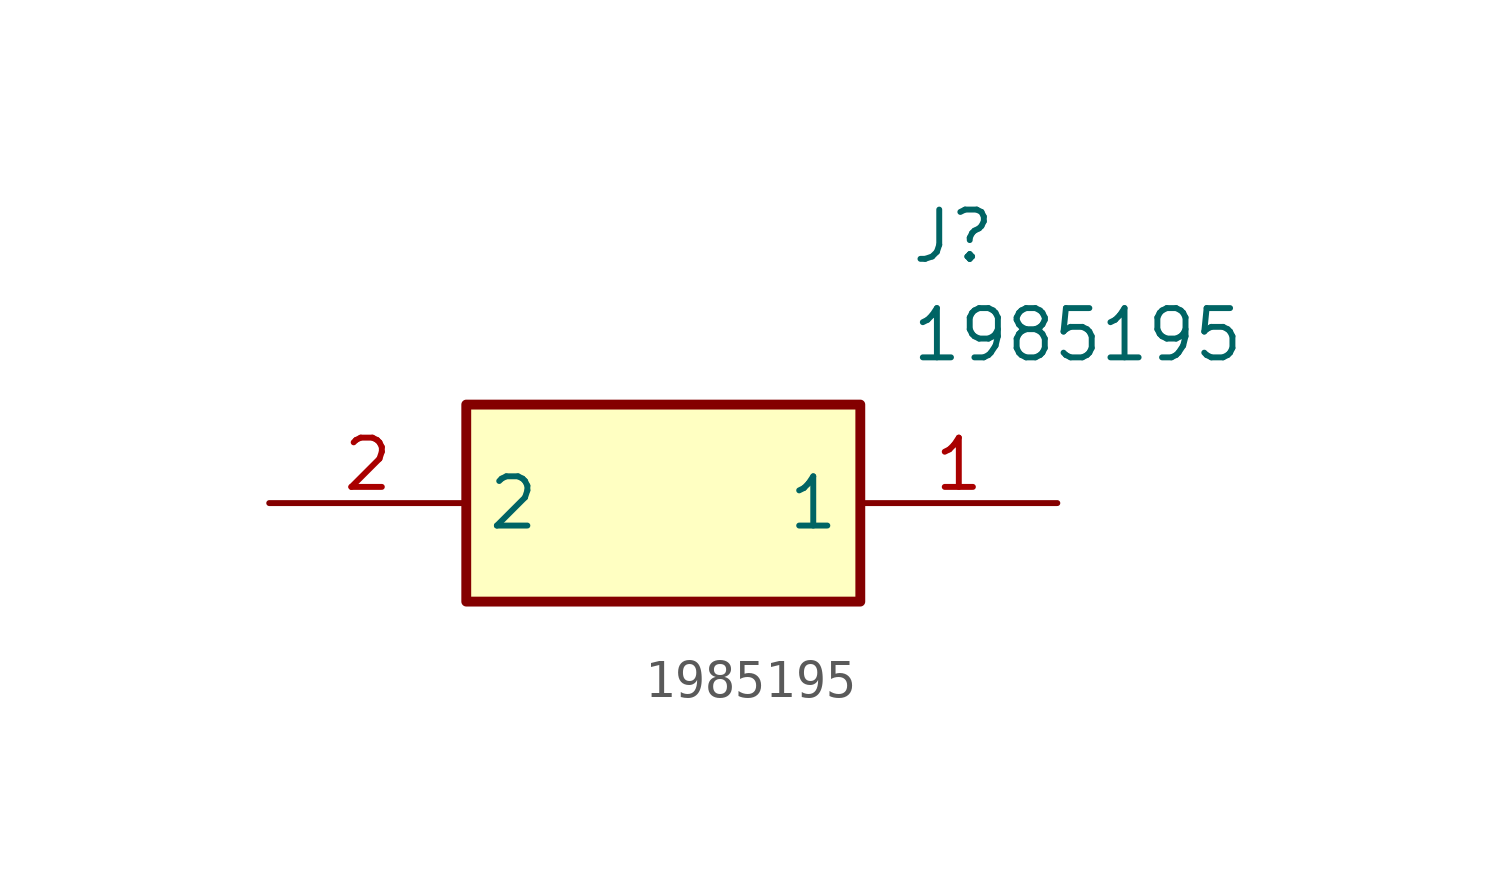
<source format=kicad_sym>
(kicad_symbol_lib
  (version 20211014)
  (generator SamacSys_ECAD_Model)
  (symbol "1985195"
    (property "Reference" "J"
      (at 16.51 7.62 0)
      (effects (font (size 1.27 1.27)) (justify left top)))
    (property "Value" "1985195"
      (at 16.51 5.08 0)
      (effects (font (size 1.27 1.27)) (justify left top)))
    (rectangle
      (start 5.08 2.54)
      (end 15.24 -2.54)
      (stroke (width 0.254) (type default))
      (fill (type background)))
    (pin passive line
      (at 20.32 0 180)
      (length 5.08)
      (name "1" (effects (font (size 1.27 1.27))))
      (number "1" (effects (font (size 1.27 1.27)))))
    (pin passive line
      (at 0 0 0)
      (length 5.08)
      (name "2" (effects (font (size 1.27 1.27))))
      (number "2" (effects (font (size 1.27 1.27)))))))
</source>
